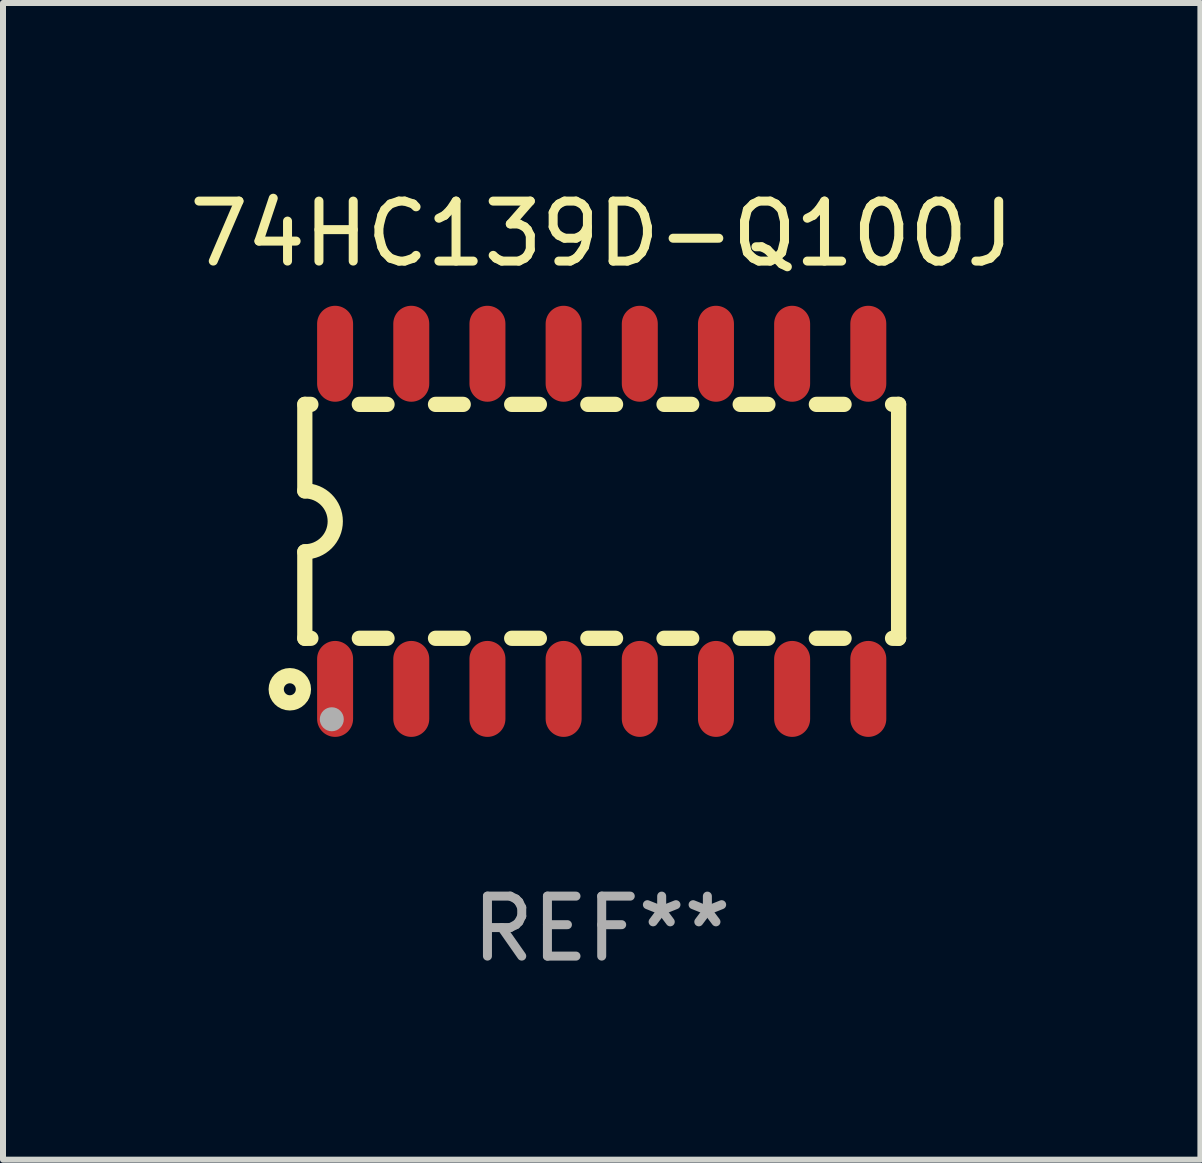
<source format=kicad_pcb>
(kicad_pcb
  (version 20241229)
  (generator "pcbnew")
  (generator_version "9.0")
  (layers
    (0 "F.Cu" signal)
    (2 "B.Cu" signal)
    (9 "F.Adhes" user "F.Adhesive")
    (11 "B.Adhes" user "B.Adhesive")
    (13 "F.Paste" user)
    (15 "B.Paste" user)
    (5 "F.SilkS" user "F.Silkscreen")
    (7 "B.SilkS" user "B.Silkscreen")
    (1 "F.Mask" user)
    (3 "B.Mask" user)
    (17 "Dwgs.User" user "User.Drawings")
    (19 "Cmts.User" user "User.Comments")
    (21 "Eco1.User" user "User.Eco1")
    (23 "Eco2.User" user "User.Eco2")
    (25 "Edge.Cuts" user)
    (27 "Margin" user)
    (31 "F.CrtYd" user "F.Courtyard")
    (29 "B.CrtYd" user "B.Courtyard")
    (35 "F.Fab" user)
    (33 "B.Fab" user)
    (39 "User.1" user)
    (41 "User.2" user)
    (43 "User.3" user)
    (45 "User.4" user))
  (footprint "74HC139D-Q100J"
    (layer "F.Cu")
    (at 6.982 5.642)
    (property "Reference" "74HC139D-Q100J" (at 0 -4.794 0) (layer "F.SilkS") (effects (font (size 1 1) (thickness 0.15))))
    (attr through_hole)
    (fp_line (start -4.95 -1.95) (end -4.95 -0.508) (stroke (width 0.254) (type solid)) (layer "F.SilkS"))
    (fp_line (start -4.95 -1.95) (end -4.849 -1.95) (stroke (width 0.254) (type solid)) (layer "F.SilkS"))
    (fp_line (start -4.95 1.95) (end -4.95 0.508) (stroke (width 0.254) (type solid)) (layer "F.SilkS"))
    (fp_line (start -4.95 1.95) (end -4.849 1.95) (stroke (width 0.254) (type solid)) (layer "F.SilkS"))
    (fp_line (start -4.041 -1.95) (end -3.579 -1.95) (stroke (width 0.254) (type solid)) (layer "F.SilkS"))
    (fp_line (start -4.041 1.95) (end -3.579 1.95) (stroke (width 0.254) (type solid)) (layer "F.SilkS"))
    (fp_line (start -2.771 -1.95) (end -2.309 -1.95) (stroke (width 0.254) (type solid)) (layer "F.SilkS"))
    (fp_line (start -2.771 1.95) (end -2.309 1.95) (stroke (width 0.254) (type solid)) (layer "F.SilkS"))
    (fp_line (start -1.501 -1.95) (end -1.039 -1.95) (stroke (width 0.254) (type solid)) (layer "F.SilkS"))
    (fp_line (start -1.501 1.95) (end -1.039 1.95) (stroke (width 0.254) (type solid)) (layer "F.SilkS"))
    (fp_line (start -0.231 -1.95) (end 0.231 -1.95) (stroke (width 0.254) (type solid)) (layer "F.SilkS"))
    (fp_line (start -0.231 1.95) (end 0.231 1.95) (stroke (width 0.254) (type solid)) (layer "F.SilkS"))
    (fp_line (start 1.039 -1.95) (end 1.501 -1.95) (stroke (width 0.254) (type solid)) (layer "F.SilkS"))
    (fp_line (start 1.039 1.95) (end 1.501 1.95) (stroke (width 0.254) (type solid)) (layer "F.SilkS"))
    (fp_line (start 2.309 -1.95) (end 2.771 -1.95) (stroke (width 0.254) (type solid)) (layer "F.SilkS"))
    (fp_line (start 2.309 1.95) (end 2.771 1.95) (stroke (width 0.254) (type solid)) (layer "F.SilkS"))
    (fp_line (start 3.579 -1.95) (end 4.041 -1.95) (stroke (width 0.254) (type solid)) (layer "F.SilkS"))
    (fp_line (start 3.579 1.95) (end 4.041 1.95) (stroke (width 0.254) (type solid)) (layer "F.SilkS"))
    (fp_line (start 4.849 -1.95) (end 4.95 -1.95) (stroke (width 0.254) (type solid)) (layer "F.SilkS"))
    (fp_line (start 4.849 1.95) (end 4.95 1.95) (stroke (width 0.254) (type solid)) (layer "F.SilkS"))
    (fp_line (start 4.95 -1.95) (end 4.95 1.95) (stroke (width 0.254) (type solid)) (layer "F.SilkS"))
    (fp_arc (start -4.95047 -0.508001) (mid -4.442469 -0.000228) (end -4.950013 0.508001) (stroke (width 0.254001) (type solid)) (layer "F.SilkS"))
    (fp_circle (center -5.2 2.8) (end -5.1 2.8) (stroke (width 0.254) (type solid)) (fill no) (layer "F.SilkS"))
    (fp_circle (center -4.95 2.947) (end -4.92 2.947) (stroke (width 0.06) (type solid)) (fill no) (layer "F.SilkS"))
    (fp_circle (center -4.5 3.3) (end -4.4 3.3) (stroke (width 0.2) (type solid)) (fill no) (layer "F.Fab"))
    (fp_text user "REF**" (at 0 6.794 0) (layer "F.Fab") (effects (font (size 1 1) (thickness 0.15))))
    (pad "1" smd oval (at -4.445 2.794) (size 0.6 1.6) (layers "F.Cu" "F.Mask" "F.Paste"))
    (pad "2" smd oval (at -3.175 2.794) (size 0.6 1.6) (layers "F.Cu" "F.Mask" "F.Paste"))
    (pad "3" smd oval (at -1.905 2.794) (size 0.6 1.6) (layers "F.Cu" "F.Mask" "F.Paste"))
    (pad "4" smd oval (at -0.635 2.794) (size 0.6 1.6) (layers "F.Cu" "F.Mask" "F.Paste"))
    (pad "5" smd oval (at 0.635 2.794) (size 0.6 1.6) (layers "F.Cu" "F.Mask" "F.Paste"))
    (pad "6" smd oval (at 1.905 2.794) (size 0.6 1.6) (layers "F.Cu" "F.Mask" "F.Paste"))
    (pad "7" smd oval (at 3.175 2.794) (size 0.6 1.6) (layers "F.Cu" "F.Mask" "F.Paste"))
    (pad "8" smd oval (at 4.445 2.794) (size 0.6 1.6) (layers "F.Cu" "F.Mask" "F.Paste"))
    (pad "9" smd oval (at 4.445 -2.794) (size 0.6 1.6) (layers "F.Cu" "F.Mask" "F.Paste"))
    (pad "10" smd oval (at 3.175 -2.794) (size 0.6 1.6) (layers "F.Cu" "F.Mask" "F.Paste"))
    (pad "11" smd oval (at 1.905 -2.794) (size 0.6 1.6) (layers "F.Cu" "F.Mask" "F.Paste"))
    (pad "12" smd oval (at 0.635 -2.794) (size 0.6 1.6) (layers "F.Cu" "F.Mask" "F.Paste"))
    (pad "13" smd oval (at -0.635 -2.794) (size 0.6 1.6) (layers "F.Cu" "F.Mask" "F.Paste"))
    (pad "14" smd oval (at -1.905 -2.794) (size 0.6 1.6) (layers "F.Cu" "F.Mask" "F.Paste"))
    (pad "15" smd oval (at -3.175 -2.794) (size 0.6 1.6) (layers "F.Cu" "F.Mask" "F.Paste"))
    (pad "16" smd oval (at -4.445 -2.794) (size 0.6 1.6) (layers "F.Cu" "F.Mask" "F.Paste")))
  (gr_rect
    (start -3 -3)
    (end 16.964 16.285)
    (stroke (width 0.1) (type default))
    (fill no)
    (layer "Edge.Cuts")))
</source>
